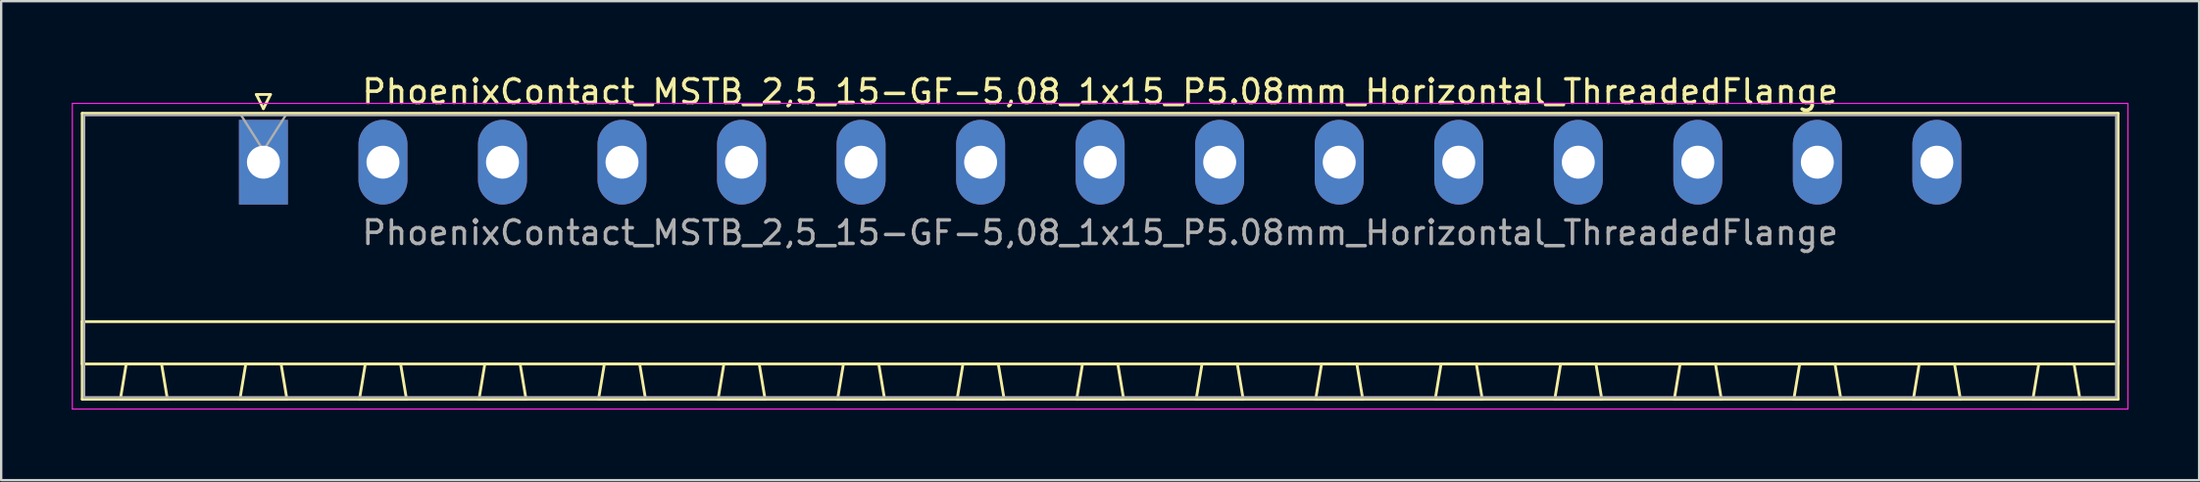
<source format=kicad_pcb>
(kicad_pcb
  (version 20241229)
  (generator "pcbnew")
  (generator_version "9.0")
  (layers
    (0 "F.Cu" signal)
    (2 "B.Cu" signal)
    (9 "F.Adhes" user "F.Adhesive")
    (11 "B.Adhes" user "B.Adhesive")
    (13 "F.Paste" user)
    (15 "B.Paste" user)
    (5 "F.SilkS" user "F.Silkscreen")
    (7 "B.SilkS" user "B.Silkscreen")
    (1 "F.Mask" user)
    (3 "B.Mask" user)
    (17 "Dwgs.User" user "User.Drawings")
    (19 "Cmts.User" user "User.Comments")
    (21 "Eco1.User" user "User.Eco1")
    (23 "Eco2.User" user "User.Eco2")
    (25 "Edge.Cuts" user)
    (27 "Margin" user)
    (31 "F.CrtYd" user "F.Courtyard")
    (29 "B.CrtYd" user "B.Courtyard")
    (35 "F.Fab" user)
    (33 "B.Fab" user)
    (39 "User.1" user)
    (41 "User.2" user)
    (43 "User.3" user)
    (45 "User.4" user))
  (footprint "PhoenixContact_MSTB_2,5_15-GF-5,08_1x15_P5.08mm_Horizontal_ThreadedFlange"
    (layer "F.Cu")
    (at 8.145 3.848)
    (property "Reference" "PhoenixContact_MSTB_2,5_15-GF-5,08_1x15_P5.08mm_Horizontal_ThreadedFlange" (at 35.56 -3 0) (layer "F.SilkS") (effects (font (size 1 1) (thickness 0.15))))
    (attr through_hole)
    (fp_line (start -7.7 -2.08) (end -7.7 10.08) (stroke (width 0.12) (type solid)) (layer "F.SilkS"))
    (fp_line (start -7.7 6.78) (end 78.82 6.78) (stroke (width 0.12) (type solid)) (layer "F.SilkS"))
    (fp_line (start -7.7 8.58) (end -7.7 6.78) (stroke (width 0.12) (type solid)) (layer "F.SilkS"))
    (fp_line (start -7.7 10.08) (end 78.82 10.08) (stroke (width 0.12) (type solid)) (layer "F.SilkS"))
    (fp_line (start -6.08 10.08) (end -4.08 10.08) (stroke (width 0.12) (type solid)) (layer "F.SilkS"))
    (fp_line (start -5.83 8.58) (end -6.08 10.08) (stroke (width 0.12) (type solid)) (layer "F.SilkS"))
    (fp_line (start -4.33 8.58) (end -5.83 8.58) (stroke (width 0.12) (type solid)) (layer "F.SilkS"))
    (fp_line (start -4.08 10.08) (end -4.33 8.58) (stroke (width 0.12) (type solid)) (layer "F.SilkS"))
    (fp_line (start -1 10.08) (end 1 10.08) (stroke (width 0.12) (type solid)) (layer "F.SilkS"))
    (fp_line (start -0.75 8.58) (end -1 10.08) (stroke (width 0.12) (type solid)) (layer "F.SilkS"))
    (fp_line (start -0.3 -2.88) (end 0.3 -2.88) (stroke (width 0.12) (type solid)) (layer "F.SilkS"))
    (fp_line (start 0 -2.28) (end -0.3 -2.88) (stroke (width 0.12) (type solid)) (layer "F.SilkS"))
    (fp_line (start 0.3 -2.88) (end 0 -2.28) (stroke (width 0.12) (type solid)) (layer "F.SilkS"))
    (fp_line (start 0.75 8.58) (end -0.75 8.58) (stroke (width 0.12) (type solid)) (layer "F.SilkS"))
    (fp_line (start 1 10.08) (end 0.75 8.58) (stroke (width 0.12) (type solid)) (layer "F.SilkS"))
    (fp_line (start 4.08 10.08) (end 6.08 10.08) (stroke (width 0.12) (type solid)) (layer "F.SilkS"))
    (fp_line (start 4.33 8.58) (end 4.08 10.08) (stroke (width 0.12) (type solid)) (layer "F.SilkS"))
    (fp_line (start 5.83 8.58) (end 4.33 8.58) (stroke (width 0.12) (type solid)) (layer "F.SilkS"))
    (fp_line (start 6.08 10.08) (end 5.83 8.58) (stroke (width 0.12) (type solid)) (layer "F.SilkS"))
    (fp_line (start 9.16 10.08) (end 11.16 10.08) (stroke (width 0.12) (type solid)) (layer "F.SilkS"))
    (fp_line (start 9.41 8.58) (end 9.16 10.08) (stroke (width 0.12) (type solid)) (layer "F.SilkS"))
    (fp_line (start 10.91 8.58) (end 9.41 8.58) (stroke (width 0.12) (type solid)) (layer "F.SilkS"))
    (fp_line (start 11.16 10.08) (end 10.91 8.58) (stroke (width 0.12) (type solid)) (layer "F.SilkS"))
    (fp_line (start 14.24 10.08) (end 16.24 10.08) (stroke (width 0.12) (type solid)) (layer "F.SilkS"))
    (fp_line (start 14.49 8.58) (end 14.24 10.08) (stroke (width 0.12) (type solid)) (layer "F.SilkS"))
    (fp_line (start 15.99 8.58) (end 14.49 8.58) (stroke (width 0.12) (type solid)) (layer "F.SilkS"))
    (fp_line (start 16.24 10.08) (end 15.99 8.58) (stroke (width 0.12) (type solid)) (layer "F.SilkS"))
    (fp_line (start 19.32 10.08) (end 21.32 10.08) (stroke (width 0.12) (type solid)) (layer "F.SilkS"))
    (fp_line (start 19.57 8.58) (end 19.32 10.08) (stroke (width 0.12) (type solid)) (layer "F.SilkS"))
    (fp_line (start 21.07 8.58) (end 19.57 8.58) (stroke (width 0.12) (type solid)) (layer "F.SilkS"))
    (fp_line (start 21.32 10.08) (end 21.07 8.58) (stroke (width 0.12) (type solid)) (layer "F.SilkS"))
    (fp_line (start 24.4 10.08) (end 26.4 10.08) (stroke (width 0.12) (type solid)) (layer "F.SilkS"))
    (fp_line (start 24.65 8.58) (end 24.4 10.08) (stroke (width 0.12) (type solid)) (layer "F.SilkS"))
    (fp_line (start 26.15 8.58) (end 24.65 8.58) (stroke (width 0.12) (type solid)) (layer "F.SilkS"))
    (fp_line (start 26.4 10.08) (end 26.15 8.58) (stroke (width 0.12) (type solid)) (layer "F.SilkS"))
    (fp_line (start 29.48 10.08) (end 31.48 10.08) (stroke (width 0.12) (type solid)) (layer "F.SilkS"))
    (fp_line (start 29.73 8.58) (end 29.48 10.08) (stroke (width 0.12) (type solid)) (layer "F.SilkS"))
    (fp_line (start 31.23 8.58) (end 29.73 8.58) (stroke (width 0.12) (type solid)) (layer "F.SilkS"))
    (fp_line (start 31.48 10.08) (end 31.23 8.58) (stroke (width 0.12) (type solid)) (layer "F.SilkS"))
    (fp_line (start 34.56 10.08) (end 36.56 10.08) (stroke (width 0.12) (type solid)) (layer "F.SilkS"))
    (fp_line (start 34.81 8.58) (end 34.56 10.08) (stroke (width 0.12) (type solid)) (layer "F.SilkS"))
    (fp_line (start 36.31 8.58) (end 34.81 8.58) (stroke (width 0.12) (type solid)) (layer "F.SilkS"))
    (fp_line (start 36.56 10.08) (end 36.31 8.58) (stroke (width 0.12) (type solid)) (layer "F.SilkS"))
    (fp_line (start 39.64 10.08) (end 41.64 10.08) (stroke (width 0.12) (type solid)) (layer "F.SilkS"))
    (fp_line (start 39.89 8.58) (end 39.64 10.08) (stroke (width 0.12) (type solid)) (layer "F.SilkS"))
    (fp_line (start 41.39 8.58) (end 39.89 8.58) (stroke (width 0.12) (type solid)) (layer "F.SilkS"))
    (fp_line (start 41.64 10.08) (end 41.39 8.58) (stroke (width 0.12) (type solid)) (layer "F.SilkS"))
    (fp_line (start 44.72 10.08) (end 46.72 10.08) (stroke (width 0.12) (type solid)) (layer "F.SilkS"))
    (fp_line (start 44.97 8.58) (end 44.72 10.08) (stroke (width 0.12) (type solid)) (layer "F.SilkS"))
    (fp_line (start 46.47 8.58) (end 44.97 8.58) (stroke (width 0.12) (type solid)) (layer "F.SilkS"))
    (fp_line (start 46.72 10.08) (end 46.47 8.58) (stroke (width 0.12) (type solid)) (layer "F.SilkS"))
    (fp_line (start 49.8 10.08) (end 51.8 10.08) (stroke (width 0.12) (type solid)) (layer "F.SilkS"))
    (fp_line (start 50.05 8.58) (end 49.8 10.08) (stroke (width 0.12) (type solid)) (layer "F.SilkS"))
    (fp_line (start 51.55 8.58) (end 50.05 8.58) (stroke (width 0.12) (type solid)) (layer "F.SilkS"))
    (fp_line (start 51.8 10.08) (end 51.55 8.58) (stroke (width 0.12) (type solid)) (layer "F.SilkS"))
    (fp_line (start 54.88 10.08) (end 56.88 10.08) (stroke (width 0.12) (type solid)) (layer "F.SilkS"))
    (fp_line (start 55.13 8.58) (end 54.88 10.08) (stroke (width 0.12) (type solid)) (layer "F.SilkS"))
    (fp_line (start 56.63 8.58) (end 55.13 8.58) (stroke (width 0.12) (type solid)) (layer "F.SilkS"))
    (fp_line (start 56.88 10.08) (end 56.63 8.58) (stroke (width 0.12) (type solid)) (layer "F.SilkS"))
    (fp_line (start 59.96 10.08) (end 61.96 10.08) (stroke (width 0.12) (type solid)) (layer "F.SilkS"))
    (fp_line (start 60.21 8.58) (end 59.96 10.08) (stroke (width 0.12) (type solid)) (layer "F.SilkS"))
    (fp_line (start 61.71 8.58) (end 60.21 8.58) (stroke (width 0.12) (type solid)) (layer "F.SilkS"))
    (fp_line (start 61.96 10.08) (end 61.71 8.58) (stroke (width 0.12) (type solid)) (layer "F.SilkS"))
    (fp_line (start 65.04 10.08) (end 67.04 10.08) (stroke (width 0.12) (type solid)) (layer "F.SilkS"))
    (fp_line (start 65.29 8.58) (end 65.04 10.08) (stroke (width 0.12) (type solid)) (layer "F.SilkS"))
    (fp_line (start 66.79 8.58) (end 65.29 8.58) (stroke (width 0.12) (type solid)) (layer "F.SilkS"))
    (fp_line (start 67.04 10.08) (end 66.79 8.58) (stroke (width 0.12) (type solid)) (layer "F.SilkS"))
    (fp_line (start 70.12 10.08) (end 72.12 10.08) (stroke (width 0.12) (type solid)) (layer "F.SilkS"))
    (fp_line (start 70.37 8.58) (end 70.12 10.08) (stroke (width 0.12) (type solid)) (layer "F.SilkS"))
    (fp_line (start 71.87 8.58) (end 70.37 8.58) (stroke (width 0.12) (type solid)) (layer "F.SilkS"))
    (fp_line (start 72.12 10.08) (end 71.87 8.58) (stroke (width 0.12) (type solid)) (layer "F.SilkS"))
    (fp_line (start 75.2 10.08) (end 77.2 10.08) (stroke (width 0.12) (type solid)) (layer "F.SilkS"))
    (fp_line (start 75.45 8.58) (end 75.2 10.08) (stroke (width 0.12) (type solid)) (layer "F.SilkS"))
    (fp_line (start 76.95 8.58) (end 75.45 8.58) (stroke (width 0.12) (type solid)) (layer "F.SilkS"))
    (fp_line (start 77.2 10.08) (end 76.95 8.58) (stroke (width 0.12) (type solid)) (layer "F.SilkS"))
    (fp_line (start 78.82 -2.08) (end -7.7 -2.08) (stroke (width 0.12) (type solid)) (layer "F.SilkS"))
    (fp_line (start 78.82 6.78) (end 78.82 8.58) (stroke (width 0.12) (type solid)) (layer "F.SilkS"))
    (fp_line (start 78.82 8.58) (end -7.7 8.58) (stroke (width 0.12) (type solid)) (layer "F.SilkS"))
    (fp_line (start 78.82 10.08) (end 78.82 -2.08) (stroke (width 0.12) (type solid)) (layer "F.SilkS"))
    (fp_line (start -8.12 -2.5) (end -8.12 10.5) (stroke (width 0.05) (type solid)) (layer "F.CrtYd"))
    (fp_line (start -8.12 10.5) (end 79.24 10.5) (stroke (width 0.05) (type solid)) (layer "F.CrtYd"))
    (fp_line (start 79.24 -2.5) (end -8.12 -2.5) (stroke (width 0.05) (type solid)) (layer "F.CrtYd"))
    (fp_line (start 79.24 10.5) (end 79.24 -2.5) (stroke (width 0.05) (type solid)) (layer "F.CrtYd"))
    (fp_line (start -7.62 -2) (end -7.62 10) (stroke (width 0.1) (type solid)) (layer "F.Fab"))
    (fp_line (start -7.62 10) (end 78.74 10) (stroke (width 0.1) (type solid)) (layer "F.Fab"))
    (fp_line (start 0 -0.5) (end -0.95 -2) (stroke (width 0.1) (type solid)) (layer "F.Fab"))
    (fp_line (start 0.95 -2) (end 0 -0.5) (stroke (width 0.1) (type solid)) (layer "F.Fab"))
    (fp_line (start 78.74 -2) (end -7.62 -2) (stroke (width 0.1) (type solid)) (layer "F.Fab"))
    (fp_line (start 78.74 10) (end 78.74 -2) (stroke (width 0.1) (type solid)) (layer "F.Fab"))
    (fp_text user "${REFERENCE}" (at 35.56 3 0) (layer "F.Fab") (effects (font (size 1 1) (thickness 0.15))))
    (pad "1" thru_hole rect (at 0 0) (size 2.08 3.6) (drill 1.4) (layers "*.Cu" "*.Mask"))
    (pad "2" thru_hole oval (at 5.08 0) (size 2.08 3.6) (drill 1.4) (layers "*.Cu" "*.Mask"))
    (pad "3" thru_hole oval (at 10.16 0) (size 2.08 3.6) (drill 1.4) (layers "*.Cu" "*.Mask"))
    (pad "4" thru_hole oval (at 15.24 0) (size 2.08 3.6) (drill 1.4) (layers "*.Cu" "*.Mask"))
    (pad "5" thru_hole oval (at 20.32 0) (size 2.08 3.6) (drill 1.4) (layers "*.Cu" "*.Mask"))
    (pad "6" thru_hole oval (at 25.4 0) (size 2.08 3.6) (drill 1.4) (layers "*.Cu" "*.Mask"))
    (pad "7" thru_hole oval (at 30.48 0) (size 2.08 3.6) (drill 1.4) (layers "*.Cu" "*.Mask"))
    (pad "8" thru_hole oval (at 35.56 0) (size 2.08 3.6) (drill 1.4) (layers "*.Cu" "*.Mask"))
    (pad "9" thru_hole oval (at 40.64 0) (size 2.08 3.6) (drill 1.4) (layers "*.Cu" "*.Mask"))
    (pad "10" thru_hole oval (at 45.72 0) (size 2.08 3.6) (drill 1.4) (layers "*.Cu" "*.Mask"))
    (pad "11" thru_hole oval (at 50.8 0) (size 2.08 3.6) (drill 1.4) (layers "*.Cu" "*.Mask"))
    (pad "12" thru_hole oval (at 55.88 0) (size 2.08 3.6) (drill 1.4) (layers "*.Cu" "*.Mask"))
    (pad "13" thru_hole oval (at 60.96 0) (size 2.08 3.6) (drill 1.4) (layers "*.Cu" "*.Mask"))
    (pad "14" thru_hole oval (at 66.04 0) (size 2.08 3.6) (drill 1.4) (layers "*.Cu" "*.Mask"))
    (pad "15" thru_hole oval (at 71.12 0) (size 2.08 3.6) (drill 1.4) (layers "*.Cu" "*.Mask")))
  (gr_rect
    (start -3 -3)
    (end 90.41 17.373)
    (stroke (width 0.1) (type default))
    (fill no)
    (layer "Edge.Cuts")))
</source>
